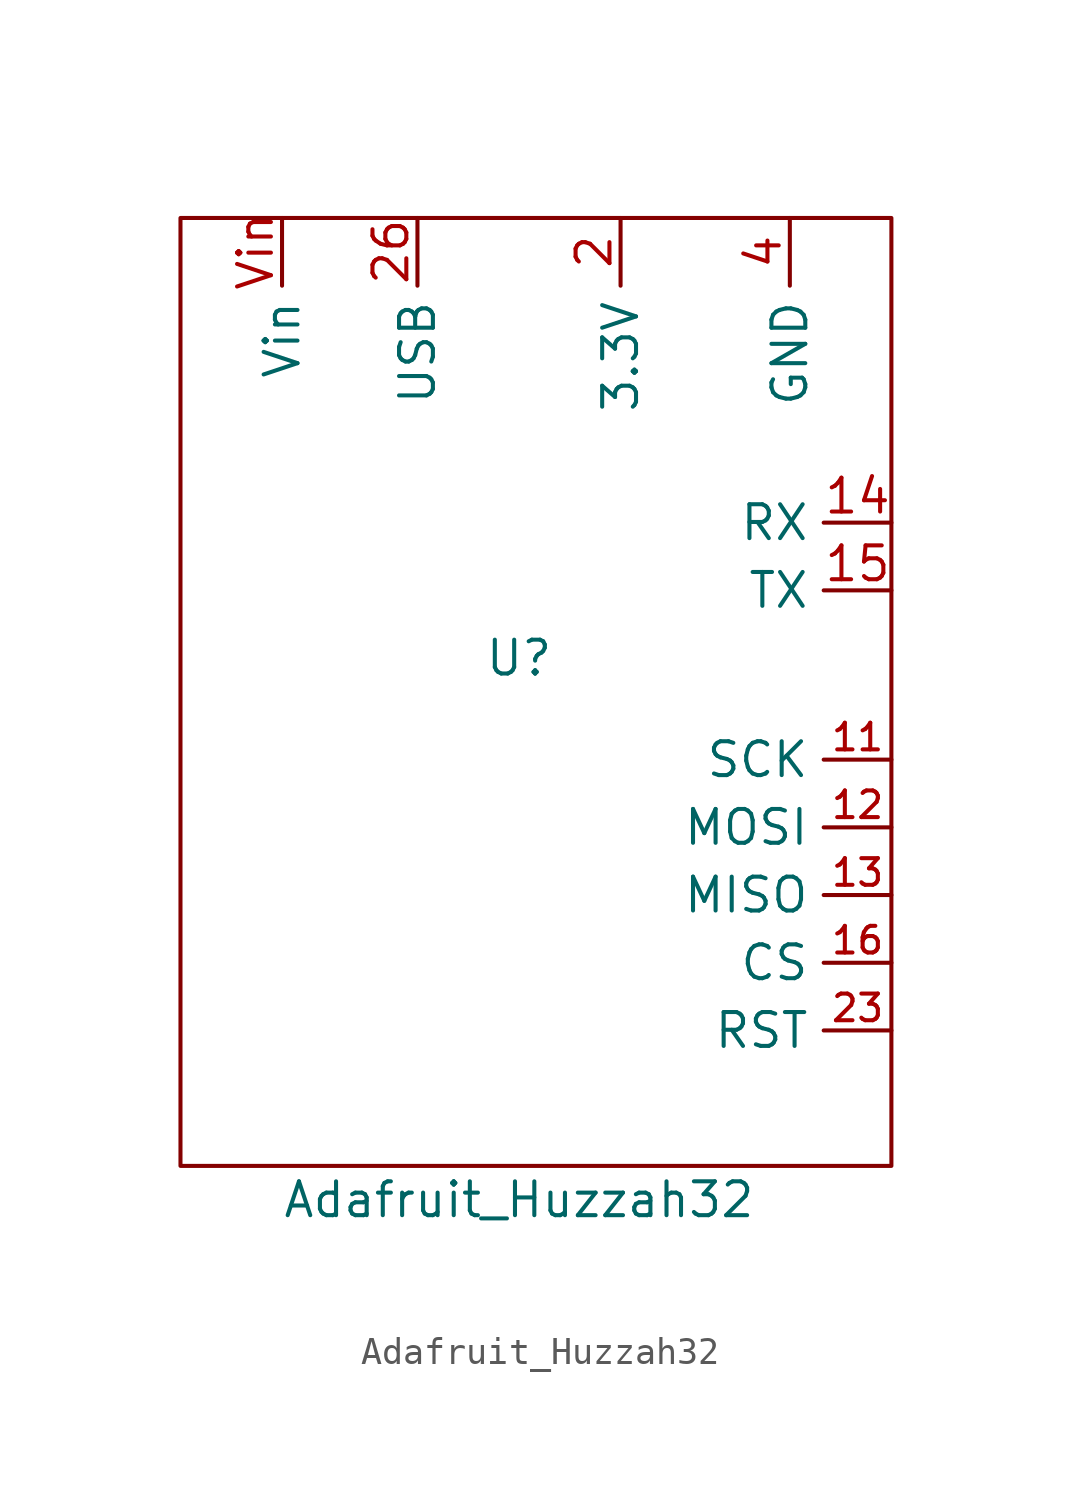
<source format=kicad_sym>
(kicad_symbol_lib
  (version 20220126)
  (generator kicad_symbol_editor)
  (symbol "Adafruit_Huzzah32"
    (property "Reference" "U"
      (at 0 0 0)
      (effects (font (size 1.27 1.27))))
    (property "Value" "Adafruit_Huzzah32"
      (at 0 -20.32 0)
      (effects (font (size 1.27 1.27))))
    (symbol "Adafruit_Huzzah32_0_1"
      (rectangle (start -12.7 16.51) (end 13.97 -19.05) (stroke (width 0.152) (type default)) (fill (type none))))
    (symbol "Adafruit_Huzzah32_1_1"
      (pin output line (at 13.97 -3.81 180) (length 2.54) (name "SCK" (effects (font (size 1.27 1.27)))) (number "11" (effects (font (size 1 1)))))
      (pin output line (at 13.97 -6.35 180) (length 2.54) (name "MOSI" (effects (font (size 1.27 1.27)))) (number "12" (effects (font (size 1 1)))))
      (pin input line (at 13.97 -8.89 180) (length 2.54) (name "MISO" (effects (font (size 1.27 1.27)))) (number "13" (effects (font (size 1 1)))))
      (pin input line (at 13.97 5.08 180) (length 2.54) (name "RX" (effects (font (size 1.27 1.27)))) (number "14" (effects (font (size 1.27 1.27)))))
      (pin output line (at 13.97 2.54 180) (length 2.54) (name "TX" (effects (font (size 1.27 1.27)))) (number "15" (effects (font (size 1.27 1.27)))))
      (pin output line (at 13.97 -11.43 180) (length 2.54) (name "CS" (effects (font (size 1.27 1.27)))) (number "16" (effects (font (size 1 1)))))
      (pin power_out line (at 3.81 16.51 270) (length 2.54) (name "3.3V" (effects (font (size 1.27 1.27)))) (number "2" (effects (font (size 1.27 1.27)))))
      (pin output line (at 13.97 -13.97 180) (length 2.54) (name "RST" (effects (font (size 1.27 1.27)))) (number "23" (effects (font (size 1 1)))))
      (pin power_out line (at -3.81 16.51 270) (length 2.54) (name "USB" (effects (font (size 1.27 1.27)))) (number "26" (effects (font (size 1.27 1.27)))))
      (pin power_in line (at 10.16 16.51 270) (length 2.54) (name "GND" (effects (font (size 1.27 1.27)))) (number "4" (effects (font (size 1.27 1.27)))))
      (pin power_in line (at -8.89 16.51 270) (length 2.54) (name "Vin" (effects (font (size 1.27 1.27)))) (number "Vin" (effects (font (size 1.27 1.27))))))))
</source>
